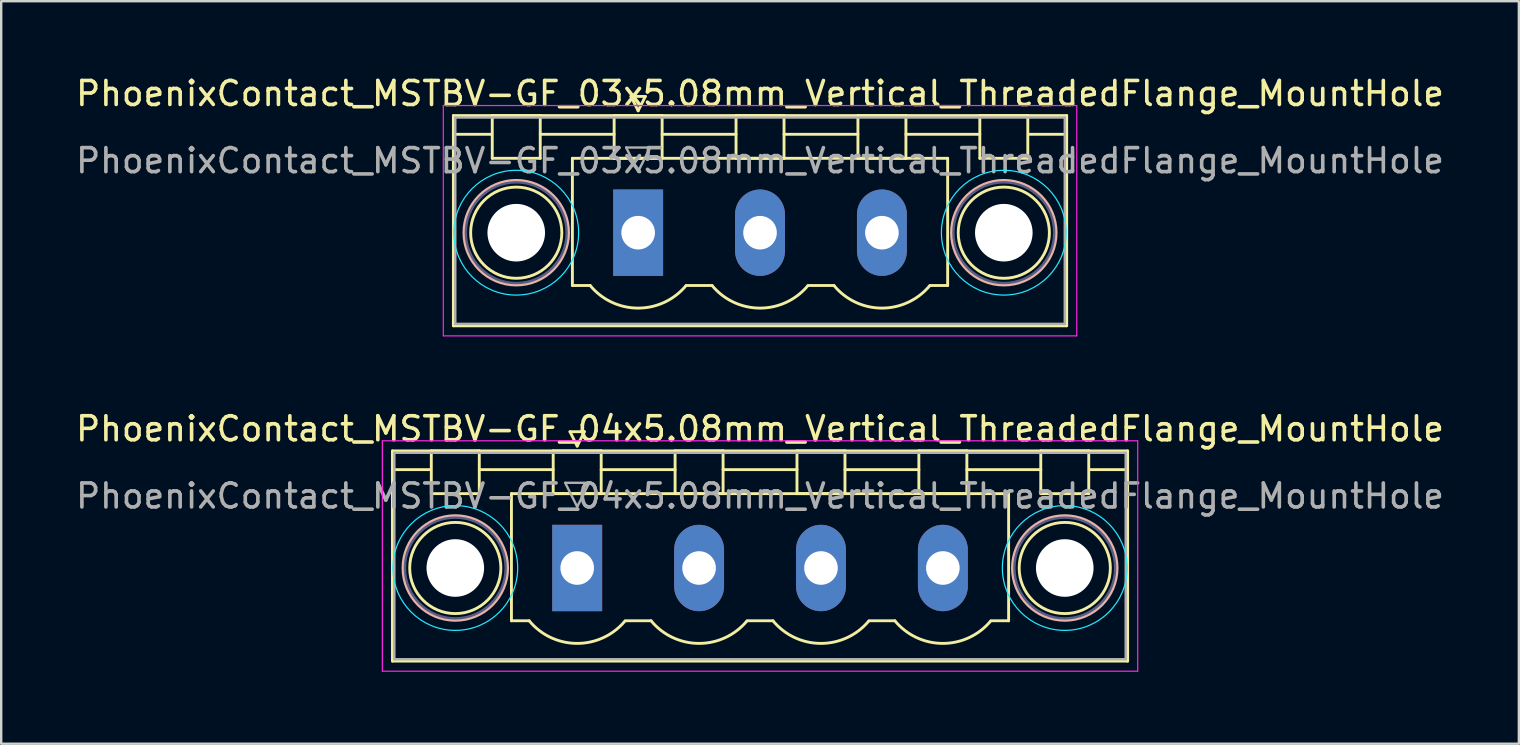
<source format=kicad_pcb>
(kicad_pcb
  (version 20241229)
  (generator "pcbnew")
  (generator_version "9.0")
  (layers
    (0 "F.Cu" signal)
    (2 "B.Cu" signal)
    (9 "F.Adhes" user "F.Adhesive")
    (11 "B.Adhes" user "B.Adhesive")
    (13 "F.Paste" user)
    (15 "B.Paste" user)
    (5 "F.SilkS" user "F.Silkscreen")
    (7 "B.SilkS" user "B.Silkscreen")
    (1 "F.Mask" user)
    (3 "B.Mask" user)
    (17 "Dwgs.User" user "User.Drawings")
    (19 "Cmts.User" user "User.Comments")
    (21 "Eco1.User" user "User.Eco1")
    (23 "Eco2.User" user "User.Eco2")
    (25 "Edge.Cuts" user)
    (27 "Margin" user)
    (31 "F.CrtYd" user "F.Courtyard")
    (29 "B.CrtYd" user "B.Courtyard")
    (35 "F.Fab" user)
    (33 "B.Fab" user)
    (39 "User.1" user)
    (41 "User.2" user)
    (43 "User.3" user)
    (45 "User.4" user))
  (footprint "PhoenixContact_MSTBV-GF_04x5.08mm_Vertical_ThreadedFlange_MountHole"
    (layer "F.Cu")
    (at 21.005 20.622)
    (property "Reference" "PhoenixContact_MSTBV-GF_04x5.08mm_Vertical_ThreadedFlange_MountHole" (at 7.62 -5.8 0) (layer "F.SilkS") (effects (font (size 1 1) (thickness 0.15))))
    (attr through_hole)
    (fp_line (start -7.7 -4.88) (end -7.7 3.88) (stroke (width 0.12) (type solid)) (layer "F.SilkS"))
    (fp_line (start -7.7 -4.1) (end -6.16 -4.1) (stroke (width 0.12) (type solid)) (layer "F.SilkS"))
    (fp_line (start -7.7 3.88) (end 22.94 3.88) (stroke (width 0.12) (type solid)) (layer "F.SilkS"))
    (fp_line (start -6.08 -4.88) (end -4.08 -4.88) (stroke (width 0.12) (type solid)) (layer "F.SilkS"))
    (fp_line (start -6.08 -3.1) (end -6.08 -4.88) (stroke (width 0.12) (type solid)) (layer "F.SilkS"))
    (fp_line (start -4.08 -4.88) (end -4.08 -3.1) (stroke (width 0.12) (type solid)) (layer "F.SilkS"))
    (fp_line (start -4.08 -4.1) (end -1 -4.1) (stroke (width 0.12) (type solid)) (layer "F.SilkS"))
    (fp_line (start -4.08 -3.1) (end -6.08 -3.1) (stroke (width 0.12) (type solid)) (layer "F.SilkS"))
    (fp_line (start -2.74 -3.1) (end 17.98 -3.1) (stroke (width 0.12) (type solid)) (layer "F.SilkS"))
    (fp_line (start -2.74 2.2) (end -2.74 -3.1) (stroke (width 0.12) (type solid)) (layer "F.SilkS"))
    (fp_line (start -2 2.2) (end -2.74 2.2) (stroke (width 0.12) (type solid)) (layer "F.SilkS"))
    (fp_line (start -1 -4.88) (end 1 -4.88) (stroke (width 0.12) (type solid)) (layer "F.SilkS"))
    (fp_line (start -1 -3.1) (end -1 -4.88) (stroke (width 0.12) (type solid)) (layer "F.SilkS"))
    (fp_line (start -0.3 -5.68) (end 0.3 -5.68) (stroke (width 0.12) (type solid)) (layer "F.SilkS"))
    (fp_line (start 0 -5.08) (end -0.3 -5.68) (stroke (width 0.12) (type solid)) (layer "F.SilkS"))
    (fp_line (start 0.3 -5.68) (end 0 -5.08) (stroke (width 0.12) (type solid)) (layer "F.SilkS"))
    (fp_line (start 1 -4.88) (end 1 -3.1) (stroke (width 0.12) (type solid)) (layer "F.SilkS"))
    (fp_line (start 1 -4.1) (end 4.08 -4.1) (stroke (width 0.12) (type solid)) (layer "F.SilkS"))
    (fp_line (start 1 -3.1) (end -1 -3.1) (stroke (width 0.12) (type solid)) (layer "F.SilkS"))
    (fp_line (start 2 2.2) (end 3.08 2.2) (stroke (width 0.12) (type solid)) (layer "F.SilkS"))
    (fp_line (start 4.08 -4.88) (end 6.08 -4.88) (stroke (width 0.12) (type solid)) (layer "F.SilkS"))
    (fp_line (start 4.08 -3.1) (end 4.08 -4.88) (stroke (width 0.12) (type solid)) (layer "F.SilkS"))
    (fp_line (start 6.08 -4.88) (end 6.08 -3.1) (stroke (width 0.12) (type solid)) (layer "F.SilkS"))
    (fp_line (start 6.08 -4.1) (end 9.16 -4.1) (stroke (width 0.12) (type solid)) (layer "F.SilkS"))
    (fp_line (start 6.08 -3.1) (end 4.08 -3.1) (stroke (width 0.12) (type solid)) (layer "F.SilkS"))
    (fp_line (start 7.08 2.2) (end 8.16 2.2) (stroke (width 0.12) (type solid)) (layer "F.SilkS"))
    (fp_line (start 9.16 -4.88) (end 11.16 -4.88) (stroke (width 0.12) (type solid)) (layer "F.SilkS"))
    (fp_line (start 9.16 -3.1) (end 9.16 -4.88) (stroke (width 0.12) (type solid)) (layer "F.SilkS"))
    (fp_line (start 11.16 -4.88) (end 11.16 -3.1) (stroke (width 0.12) (type solid)) (layer "F.SilkS"))
    (fp_line (start 11.16 -4.1) (end 14.24 -4.1) (stroke (width 0.12) (type solid)) (layer "F.SilkS"))
    (fp_line (start 11.16 -3.1) (end 9.16 -3.1) (stroke (width 0.12) (type solid)) (layer "F.SilkS"))
    (fp_line (start 12.16 2.2) (end 13.24 2.2) (stroke (width 0.12) (type solid)) (layer "F.SilkS"))
    (fp_line (start 14.24 -4.88) (end 16.24 -4.88) (stroke (width 0.12) (type solid)) (layer "F.SilkS"))
    (fp_line (start 14.24 -3.1) (end 14.24 -4.88) (stroke (width 0.12) (type solid)) (layer "F.SilkS"))
    (fp_line (start 16.24 -4.88) (end 16.24 -3.1) (stroke (width 0.12) (type solid)) (layer "F.SilkS"))
    (fp_line (start 16.24 -4.1) (end 19.32 -4.1) (stroke (width 0.12) (type solid)) (layer "F.SilkS"))
    (fp_line (start 16.24 -3.1) (end 14.24 -3.1) (stroke (width 0.12) (type solid)) (layer "F.SilkS"))
    (fp_line (start 17.98 -3.1) (end 17.98 2.2) (stroke (width 0.12) (type solid)) (layer "F.SilkS"))
    (fp_line (start 17.98 2.2) (end 17.24 2.2) (stroke (width 0.12) (type solid)) (layer "F.SilkS"))
    (fp_line (start 19.32 -4.88) (end 21.32 -4.88) (stroke (width 0.12) (type solid)) (layer "F.SilkS"))
    (fp_line (start 19.32 -3.1) (end 19.32 -4.88) (stroke (width 0.12) (type solid)) (layer "F.SilkS"))
    (fp_line (start 21.32 -4.88) (end 21.32 -3.1) (stroke (width 0.12) (type solid)) (layer "F.SilkS"))
    (fp_line (start 21.32 -3.1) (end 19.32 -3.1) (stroke (width 0.12) (type solid)) (layer "F.SilkS"))
    (fp_line (start 22.94 -4.88) (end -7.7 -4.88) (stroke (width 0.12) (type solid)) (layer "F.SilkS"))
    (fp_line (start 22.94 -4.1) (end 21.4 -4.1) (stroke (width 0.12) (type solid)) (layer "F.SilkS"))
    (fp_line (start 22.94 3.88) (end 22.94 -4.88) (stroke (width 0.12) (type solid)) (layer "F.SilkS"))
    (fp_arc (start 1.986842 2.215821) (mid -0.010289 3.142758) (end -2 2.2) (stroke (width 0.12) (type solid)) (layer "F.SilkS"))
    (fp_arc (start 7.066842 2.215821) (mid 5.069711 3.142758) (end 3.08 2.2) (stroke (width 0.12) (type solid)) (layer "F.SilkS"))
    (fp_arc (start 12.146842 2.215821) (mid 10.149711 3.142758) (end 8.16 2.2) (stroke (width 0.12) (type solid)) (layer "F.SilkS"))
    (fp_arc (start 17.226842 2.215821) (mid 15.229711 3.142758) (end 13.24 2.2) (stroke (width 0.12) (type solid)) (layer "F.SilkS"))
    (fp_circle (center -5.08 0) (end -3.18 0) (stroke (width 0.12) (type solid)) (fill no) (layer "F.SilkS"))
    (fp_circle (center 20.32 0) (end 22.22 0) (stroke (width 0.12) (type solid)) (fill no) (layer "F.SilkS"))
    (fp_circle (center -5.08 0) (end -2.9 0) (stroke (width 0.12) (type solid)) (fill no) (layer "B.SilkS"))
    (fp_circle (center 20.32 0) (end 22.5 0) (stroke (width 0.12) (type solid)) (fill no) (layer "B.SilkS"))
    (fp_circle (center -5.08 0) (end -2.48 0) (stroke (width 0.05) (type solid)) (fill no) (layer "B.CrtYd"))
    (fp_circle (center 20.32 0) (end 22.92 0) (stroke (width 0.05) (type solid)) (fill no) (layer "B.CrtYd"))
    (fp_line (start -8.12 -5.3) (end -8.12 4.3) (stroke (width 0.05) (type solid)) (layer "F.CrtYd"))
    (fp_line (start -8.12 4.3) (end 23.36 4.3) (stroke (width 0.05) (type solid)) (layer "F.CrtYd"))
    (fp_line (start 23.36 -5.3) (end -8.12 -5.3) (stroke (width 0.05) (type solid)) (layer "F.CrtYd"))
    (fp_line (start 23.36 4.3) (end 23.36 -5.3) (stroke (width 0.05) (type solid)) (layer "F.CrtYd"))
    (fp_circle (center -5.08 0) (end -2.98 0) (stroke (width 0.1) (type solid)) (fill no) (layer "B.Fab"))
    (fp_circle (center 20.32 0) (end 22.42 0) (stroke (width 0.1) (type solid)) (fill no) (layer "B.Fab"))
    (fp_line (start -7.62 -4.8) (end -7.62 3.8) (stroke (width 0.1) (type solid)) (layer "F.Fab"))
    (fp_line (start -7.62 3.8) (end 22.86 3.8) (stroke (width 0.1) (type solid)) (layer "F.Fab"))
    (fp_line (start -0.5 -3.55) (end 0.5 -3.55) (stroke (width 0.1) (type solid)) (layer "F.Fab"))
    (fp_line (start 0 -2.55) (end -0.5 -3.55) (stroke (width 0.1) (type solid)) (layer "F.Fab"))
    (fp_line (start 0.5 -3.55) (end 0 -2.55) (stroke (width 0.1) (type solid)) (layer "F.Fab"))
    (fp_line (start 22.86 -4.8) (end -7.62 -4.8) (stroke (width 0.1) (type solid)) (layer "F.Fab"))
    (fp_line (start 22.86 3.8) (end 22.86 -4.8) (stroke (width 0.1) (type solid)) (layer "F.Fab"))
    (fp_text user "${REFERENCE}" (at 7.62 -3 0) (layer "F.Fab") (effects (font (size 1 1) (thickness 0.15))))
    (pad "" np_thru_hole circle (at -5.08 0) (size 2.4 2.4) (drill 2.4) (layers "*.Cu" "*.Mask"))
    (pad "" np_thru_hole circle (at 20.32 0) (size 2.4 2.4) (drill 2.4) (layers "*.Cu" "*.Mask"))
    (pad "1" thru_hole rect (at 0 0) (size 2.08 3.6) (drill 1.4) (layers "*.Cu" "*.Mask"))
    (pad "2" thru_hole oval (at 5.08 0) (size 2.08 3.6) (drill 1.4) (layers "*.Cu" "*.Mask"))
    (pad "3" thru_hole oval (at 10.16 0) (size 2.08 3.6) (drill 1.4) (layers "*.Cu" "*.Mask"))
    (pad "4" thru_hole oval (at 15.24 0) (size 2.08 3.6) (drill 1.4) (layers "*.Cu" "*.Mask")))
  (footprint "PhoenixContact_MSTBV-GF_03x5.08mm_Vertical_ThreadedFlange_MountHole"
    (layer "F.Cu")
    (at 23.545 6.648)
    (property "Reference" "PhoenixContact_MSTBV-GF_03x5.08mm_Vertical_ThreadedFlange_MountHole" (at 5.08 -5.8 0) (layer "F.SilkS") (effects (font (size 1 1) (thickness 0.15))))
    (attr through_hole)
    (fp_line (start -7.7 -4.88) (end -7.7 3.88) (stroke (width 0.12) (type solid)) (layer "F.SilkS"))
    (fp_line (start -7.7 -4.1) (end -6.16 -4.1) (stroke (width 0.12) (type solid)) (layer "F.SilkS"))
    (fp_line (start -7.7 3.88) (end 17.86 3.88) (stroke (width 0.12) (type solid)) (layer "F.SilkS"))
    (fp_line (start -6.08 -4.88) (end -4.08 -4.88) (stroke (width 0.12) (type solid)) (layer "F.SilkS"))
    (fp_line (start -6.08 -3.1) (end -6.08 -4.88) (stroke (width 0.12) (type solid)) (layer "F.SilkS"))
    (fp_line (start -4.08 -4.88) (end -4.08 -3.1) (stroke (width 0.12) (type solid)) (layer "F.SilkS"))
    (fp_line (start -4.08 -4.1) (end -1 -4.1) (stroke (width 0.12) (type solid)) (layer "F.SilkS"))
    (fp_line (start -4.08 -3.1) (end -6.08 -3.1) (stroke (width 0.12) (type solid)) (layer "F.SilkS"))
    (fp_line (start -2.74 -3.1) (end 12.9 -3.1) (stroke (width 0.12) (type solid)) (layer "F.SilkS"))
    (fp_line (start -2.74 2.2) (end -2.74 -3.1) (stroke (width 0.12) (type solid)) (layer "F.SilkS"))
    (fp_line (start -2 2.2) (end -2.74 2.2) (stroke (width 0.12) (type solid)) (layer "F.SilkS"))
    (fp_line (start -1 -4.88) (end 1 -4.88) (stroke (width 0.12) (type solid)) (layer "F.SilkS"))
    (fp_line (start -1 -3.1) (end -1 -4.88) (stroke (width 0.12) (type solid)) (layer "F.SilkS"))
    (fp_line (start -0.3 -5.68) (end 0.3 -5.68) (stroke (width 0.12) (type solid)) (layer "F.SilkS"))
    (fp_line (start 0 -5.08) (end -0.3 -5.68) (stroke (width 0.12) (type solid)) (layer "F.SilkS"))
    (fp_line (start 0.3 -5.68) (end 0 -5.08) (stroke (width 0.12) (type solid)) (layer "F.SilkS"))
    (fp_line (start 1 -4.88) (end 1 -3.1) (stroke (width 0.12) (type solid)) (layer "F.SilkS"))
    (fp_line (start 1 -4.1) (end 4.08 -4.1) (stroke (width 0.12) (type solid)) (layer "F.SilkS"))
    (fp_line (start 1 -3.1) (end -1 -3.1) (stroke (width 0.12) (type solid)) (layer "F.SilkS"))
    (fp_line (start 2 2.2) (end 3.08 2.2) (stroke (width 0.12) (type solid)) (layer "F.SilkS"))
    (fp_line (start 4.08 -4.88) (end 6.08 -4.88) (stroke (width 0.12) (type solid)) (layer "F.SilkS"))
    (fp_line (start 4.08 -3.1) (end 4.08 -4.88) (stroke (width 0.12) (type solid)) (layer "F.SilkS"))
    (fp_line (start 6.08 -4.88) (end 6.08 -3.1) (stroke (width 0.12) (type solid)) (layer "F.SilkS"))
    (fp_line (start 6.08 -4.1) (end 9.16 -4.1) (stroke (width 0.12) (type solid)) (layer "F.SilkS"))
    (fp_line (start 6.08 -3.1) (end 4.08 -3.1) (stroke (width 0.12) (type solid)) (layer "F.SilkS"))
    (fp_line (start 7.08 2.2) (end 8.16 2.2) (stroke (width 0.12) (type solid)) (layer "F.SilkS"))
    (fp_line (start 9.16 -4.88) (end 11.16 -4.88) (stroke (width 0.12) (type solid)) (layer "F.SilkS"))
    (fp_line (start 9.16 -3.1) (end 9.16 -4.88) (stroke (width 0.12) (type solid)) (layer "F.SilkS"))
    (fp_line (start 11.16 -4.88) (end 11.16 -3.1) (stroke (width 0.12) (type solid)) (layer "F.SilkS"))
    (fp_line (start 11.16 -4.1) (end 14.24 -4.1) (stroke (width 0.12) (type solid)) (layer "F.SilkS"))
    (fp_line (start 11.16 -3.1) (end 9.16 -3.1) (stroke (width 0.12) (type solid)) (layer "F.SilkS"))
    (fp_line (start 12.9 -3.1) (end 12.9 2.2) (stroke (width 0.12) (type solid)) (layer "F.SilkS"))
    (fp_line (start 12.9 2.2) (end 12.16 2.2) (stroke (width 0.12) (type solid)) (layer "F.SilkS"))
    (fp_line (start 14.24 -4.88) (end 16.24 -4.88) (stroke (width 0.12) (type solid)) (layer "F.SilkS"))
    (fp_line (start 14.24 -3.1) (end 14.24 -4.88) (stroke (width 0.12) (type solid)) (layer "F.SilkS"))
    (fp_line (start 16.24 -4.88) (end 16.24 -3.1) (stroke (width 0.12) (type solid)) (layer "F.SilkS"))
    (fp_line (start 16.24 -3.1) (end 14.24 -3.1) (stroke (width 0.12) (type solid)) (layer "F.SilkS"))
    (fp_line (start 17.86 -4.88) (end -7.7 -4.88) (stroke (width 0.12) (type solid)) (layer "F.SilkS"))
    (fp_line (start 17.86 -4.1) (end 16.32 -4.1) (stroke (width 0.12) (type solid)) (layer "F.SilkS"))
    (fp_line (start 17.86 3.88) (end 17.86 -4.88) (stroke (width 0.12) (type solid)) (layer "F.SilkS"))
    (fp_arc (start 1.986842 2.215821) (mid -0.010289 3.142758) (end -2 2.2) (stroke (width 0.12) (type solid)) (layer "F.SilkS"))
    (fp_arc (start 7.066842 2.215821) (mid 5.069711 3.142758) (end 3.08 2.2) (stroke (width 0.12) (type solid)) (layer "F.SilkS"))
    (fp_arc (start 12.146842 2.215821) (mid 10.149711 3.142758) (end 8.16 2.2) (stroke (width 0.12) (type solid)) (layer "F.SilkS"))
    (fp_circle (center -5.08 0) (end -3.18 0) (stroke (width 0.12) (type solid)) (fill no) (layer "F.SilkS"))
    (fp_circle (center 15.24 0) (end 17.14 0) (stroke (width 0.12) (type solid)) (fill no) (layer "F.SilkS"))
    (fp_circle (center -5.08 0) (end -2.9 0) (stroke (width 0.12) (type solid)) (fill no) (layer "B.SilkS"))
    (fp_circle (center 15.24 0) (end 17.42 0) (stroke (width 0.12) (type solid)) (fill no) (layer "B.SilkS"))
    (fp_circle (center -5.08 0) (end -2.48 0) (stroke (width 0.05) (type solid)) (fill no) (layer "B.CrtYd"))
    (fp_circle (center 15.24 0) (end 17.84 0) (stroke (width 0.05) (type solid)) (fill no) (layer "B.CrtYd"))
    (fp_line (start -8.12 -5.3) (end -8.12 4.3) (stroke (width 0.05) (type solid)) (layer "F.CrtYd"))
    (fp_line (start -8.12 4.3) (end 18.28 4.3) (stroke (width 0.05) (type solid)) (layer "F.CrtYd"))
    (fp_line (start 18.28 -5.3) (end -8.12 -5.3) (stroke (width 0.05) (type solid)) (layer "F.CrtYd"))
    (fp_line (start 18.28 4.3) (end 18.28 -5.3) (stroke (width 0.05) (type solid)) (layer "F.CrtYd"))
    (fp_circle (center -5.08 0) (end -2.98 0) (stroke (width 0.1) (type solid)) (fill no) (layer "B.Fab"))
    (fp_circle (center 15.24 0) (end 17.34 0) (stroke (width 0.1) (type solid)) (fill no) (layer "B.Fab"))
    (fp_line (start -7.62 -4.8) (end -7.62 3.8) (stroke (width 0.1) (type solid)) (layer "F.Fab"))
    (fp_line (start -7.62 3.8) (end 17.78 3.8) (stroke (width 0.1) (type solid)) (layer "F.Fab"))
    (fp_line (start -0.5 -3.55) (end 0.5 -3.55) (stroke (width 0.1) (type solid)) (layer "F.Fab"))
    (fp_line (start 0 -2.55) (end -0.5 -3.55) (stroke (width 0.1) (type solid)) (layer "F.Fab"))
    (fp_line (start 0.5 -3.55) (end 0 -2.55) (stroke (width 0.1) (type solid)) (layer "F.Fab"))
    (fp_line (start 17.78 -4.8) (end -7.62 -4.8) (stroke (width 0.1) (type solid)) (layer "F.Fab"))
    (fp_line (start 17.78 3.8) (end 17.78 -4.8) (stroke (width 0.1) (type solid)) (layer "F.Fab"))
    (fp_text user "${REFERENCE}" (at 5.08 -3 0) (layer "F.Fab") (effects (font (size 1 1) (thickness 0.15))))
    (pad "" np_thru_hole circle (at -5.08 0) (size 2.4 2.4) (drill 2.4) (layers "*.Cu" "*.Mask"))
    (pad "" np_thru_hole circle (at 15.24 0) (size 2.4 2.4) (drill 2.4) (layers "*.Cu" "*.Mask"))
    (pad "1" thru_hole rect (at 0 0) (size 2.08 3.6) (drill 1.4) (layers "*.Cu" "*.Mask"))
    (pad "2" thru_hole oval (at 5.08 0) (size 2.08 3.6) (drill 1.4) (layers "*.Cu" "*.Mask"))
    (pad "3" thru_hole oval (at 10.16 0) (size 2.08 3.6) (drill 1.4) (layers "*.Cu" "*.Mask")))
  (gr_rect
    (start -3 -3)
    (end 60.25 27.947)
    (stroke (width 0.1) (type default))
    (fill no)
    (layer "Edge.Cuts")))
</source>
